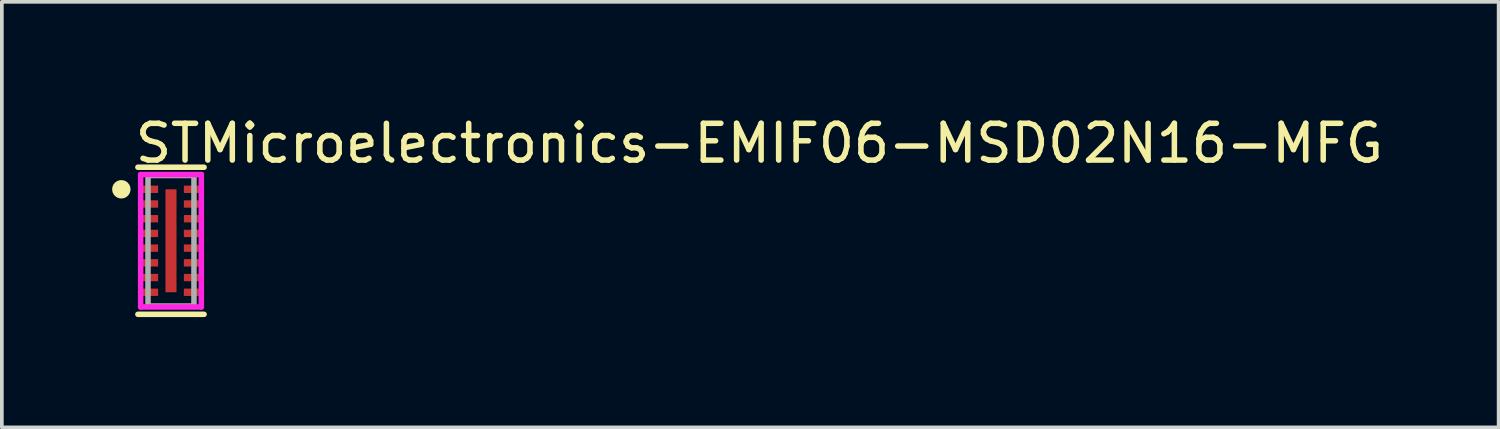
<source format=kicad_pcb>
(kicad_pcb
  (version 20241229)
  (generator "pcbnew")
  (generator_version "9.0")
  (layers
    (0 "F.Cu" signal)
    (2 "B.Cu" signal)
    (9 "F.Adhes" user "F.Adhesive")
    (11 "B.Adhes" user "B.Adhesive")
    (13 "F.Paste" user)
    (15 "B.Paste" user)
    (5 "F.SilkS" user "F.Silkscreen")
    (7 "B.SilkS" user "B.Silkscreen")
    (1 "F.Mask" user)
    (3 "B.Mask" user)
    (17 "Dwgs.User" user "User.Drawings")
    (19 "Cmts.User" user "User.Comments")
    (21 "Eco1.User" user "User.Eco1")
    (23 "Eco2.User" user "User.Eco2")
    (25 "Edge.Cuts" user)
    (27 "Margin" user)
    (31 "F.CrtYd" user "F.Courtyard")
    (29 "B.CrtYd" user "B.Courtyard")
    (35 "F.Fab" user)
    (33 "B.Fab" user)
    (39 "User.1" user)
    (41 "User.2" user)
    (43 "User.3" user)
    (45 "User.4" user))
  (footprint "STMicroelectronics-EMIF06-MSD02N16-MFG"
    (layer "F.Cu")
    (at 1.6 3.498)
    (property "Reference" "STMicroelectronics-EMIF06-MSD02N16-MFG" (at -1.05 -2.65 0) (layer "F.SilkS") (effects (font (size 1 1) (thickness 0.15)) (justify left)))
    (attr through_hole)
    (fp_line (start -0.9 -2) (end 0.9 -2) (stroke (width 0.15) (type solid)) (layer "F.SilkS"))
    (fp_line (start -0.9 2) (end 0.9 2) (stroke (width 0.15) (type solid)) (layer "F.SilkS"))
    (fp_circle (center -1.35 -1.4) (end -1.225 -1.4) (stroke (width 0.25) (type solid)) (fill no) (layer "F.SilkS"))
    (fp_line (start -0.825 -1.8) (end -0.825 1.8) (stroke (width 0.15) (type solid)) (layer "F.CrtYd"))
    (fp_line (start -0.825 1.8) (end 0.825 1.8) (stroke (width 0.15) (type solid)) (layer "F.CrtYd"))
    (fp_line (start 0.825 -1.8) (end -0.825 -1.8) (stroke (width 0.15) (type solid)) (layer "F.CrtYd"))
    (fp_line (start 0.825 -1.8) (end 0.825 -1.8) (stroke (width 0.15) (type solid)) (layer "F.CrtYd"))
    (fp_line (start 0.825 1.8) (end 0.825 -1.8) (stroke (width 0.15) (type solid)) (layer "F.CrtYd"))
    (fp_line (start -0.625 -1.775) (end 0.625 -1.775) (stroke (width 0.15) (type solid)) (layer "F.Fab"))
    (fp_line (start -0.625 1.775) (end -0.625 -1.775) (stroke (width 0.15) (type solid)) (layer "F.Fab"))
    (fp_line (start 0.625 -1.775) (end 0.625 1.775) (stroke (width 0.15) (type solid)) (layer "F.Fab"))
    (fp_line (start 0.625 1.775) (end -0.625 1.775) (stroke (width 0.15) (type solid)) (layer "F.Fab"))
    (pad "" smd rect (at -0.575 -1.4) (size 0.42 0.19) (layers "F.Paste"))
    (pad "" smd rect (at -0.575 -1) (size 0.42 0.19) (layers "F.Paste"))
    (pad "" smd rect (at -0.575 -0.6) (size 0.42 0.19) (layers "F.Paste"))
    (pad "" smd rect (at -0.575 -0.2) (size 0.42 0.19) (layers "F.Paste"))
    (pad "" smd rect (at -0.575 0.2) (size 0.42 0.19) (layers "F.Paste"))
    (pad "" smd rect (at -0.575 0.6) (size 0.42 0.19) (layers "F.Paste"))
    (pad "" smd rect (at -0.575 1) (size 0.42 0.19) (layers "F.Paste"))
    (pad "" smd rect (at -0.575 1.4) (size 0.42 0.19) (layers "F.Paste"))
    (pad "" smd rect (at 0 0) (size 0.2 2.1) (layers "F.Paste"))
    (pad "" smd rect (at 0.575 -1.4) (size 0.42 0.19) (layers "F.Paste"))
    (pad "" smd rect (at 0.575 -1) (size 0.42 0.19) (layers "F.Paste"))
    (pad "" smd rect (at 0.575 -0.6) (size 0.42 0.19) (layers "F.Paste"))
    (pad "" smd rect (at 0.575 -0.2) (size 0.42 0.19) (layers "F.Paste"))
    (pad "" smd rect (at 0.575 0.2) (size 0.42 0.19) (layers "F.Paste"))
    (pad "" smd rect (at 0.575 0.6) (size 0.42 0.19) (layers "F.Paste"))
    (pad "" smd rect (at 0.575 1) (size 0.42 0.19) (layers "F.Paste"))
    (pad "" smd rect (at 0.575 1.4) (size 0.42 0.19) (layers "F.Paste"))
    (pad "1" smd rect (at -0.575 -1.4) (size 0.45 0.2) (layers "F.Cu" "F.Mask"))
    (pad "2" smd rect (at -0.575 -1) (size 0.45 0.2) (layers "F.Cu" "F.Mask"))
    (pad "3" smd rect (at -0.575 -0.6) (size 0.45 0.2) (layers "F.Cu" "F.Mask"))
    (pad "4" smd rect (at -0.575 -0.2) (size 0.45 0.2) (layers "F.Cu" "F.Mask"))
    (pad "5" smd rect (at -0.575 0.2) (size 0.45 0.2) (layers "F.Cu" "F.Mask"))
    (pad "6" smd rect (at -0.575 0.6) (size 0.45 0.2) (layers "F.Cu" "F.Mask"))
    (pad "7" smd rect (at -0.575 1) (size 0.45 0.2) (layers "F.Cu" "F.Mask"))
    (pad "8" smd rect (at -0.575 1.4) (size 0.45 0.2) (layers "F.Cu" "F.Mask"))
    (pad "9" smd rect (at 0.575 1.4) (size 0.45 0.2) (layers "F.Cu" "F.Mask"))
    (pad "10" smd rect (at 0.575 1) (size 0.45 0.2) (layers "F.Cu" "F.Mask"))
    (pad "11" smd rect (at 0.575 0.6) (size 0.45 0.2) (layers "F.Cu" "F.Mask"))
    (pad "12" smd rect (at 0.575 0.2) (size 0.45 0.2) (layers "F.Cu" "F.Mask"))
    (pad "13" smd rect (at 0.575 -0.2) (size 0.45 0.2) (layers "F.Cu" "F.Mask"))
    (pad "14" smd rect (at 0.575 -0.6) (size 0.45 0.2) (layers "F.Cu" "F.Mask"))
    (pad "15" smd rect (at 0.575 -1) (size 0.45 0.2) (layers "F.Cu" "F.Mask"))
    (pad "16" smd rect (at 0.575 -1.4) (size 0.45 0.2) (layers "F.Cu" "F.Mask"))
    (pad "17" smd rect (at 0 0) (size 0.3 2.8) (layers "F.Cu" "F.Mask")))
  (gr_rect
    (start -3 -3)
    (end 37.705 8.573)
    (stroke (width 0.1) (type default))
    (fill no)
    (layer "Edge.Cuts")))
</source>
